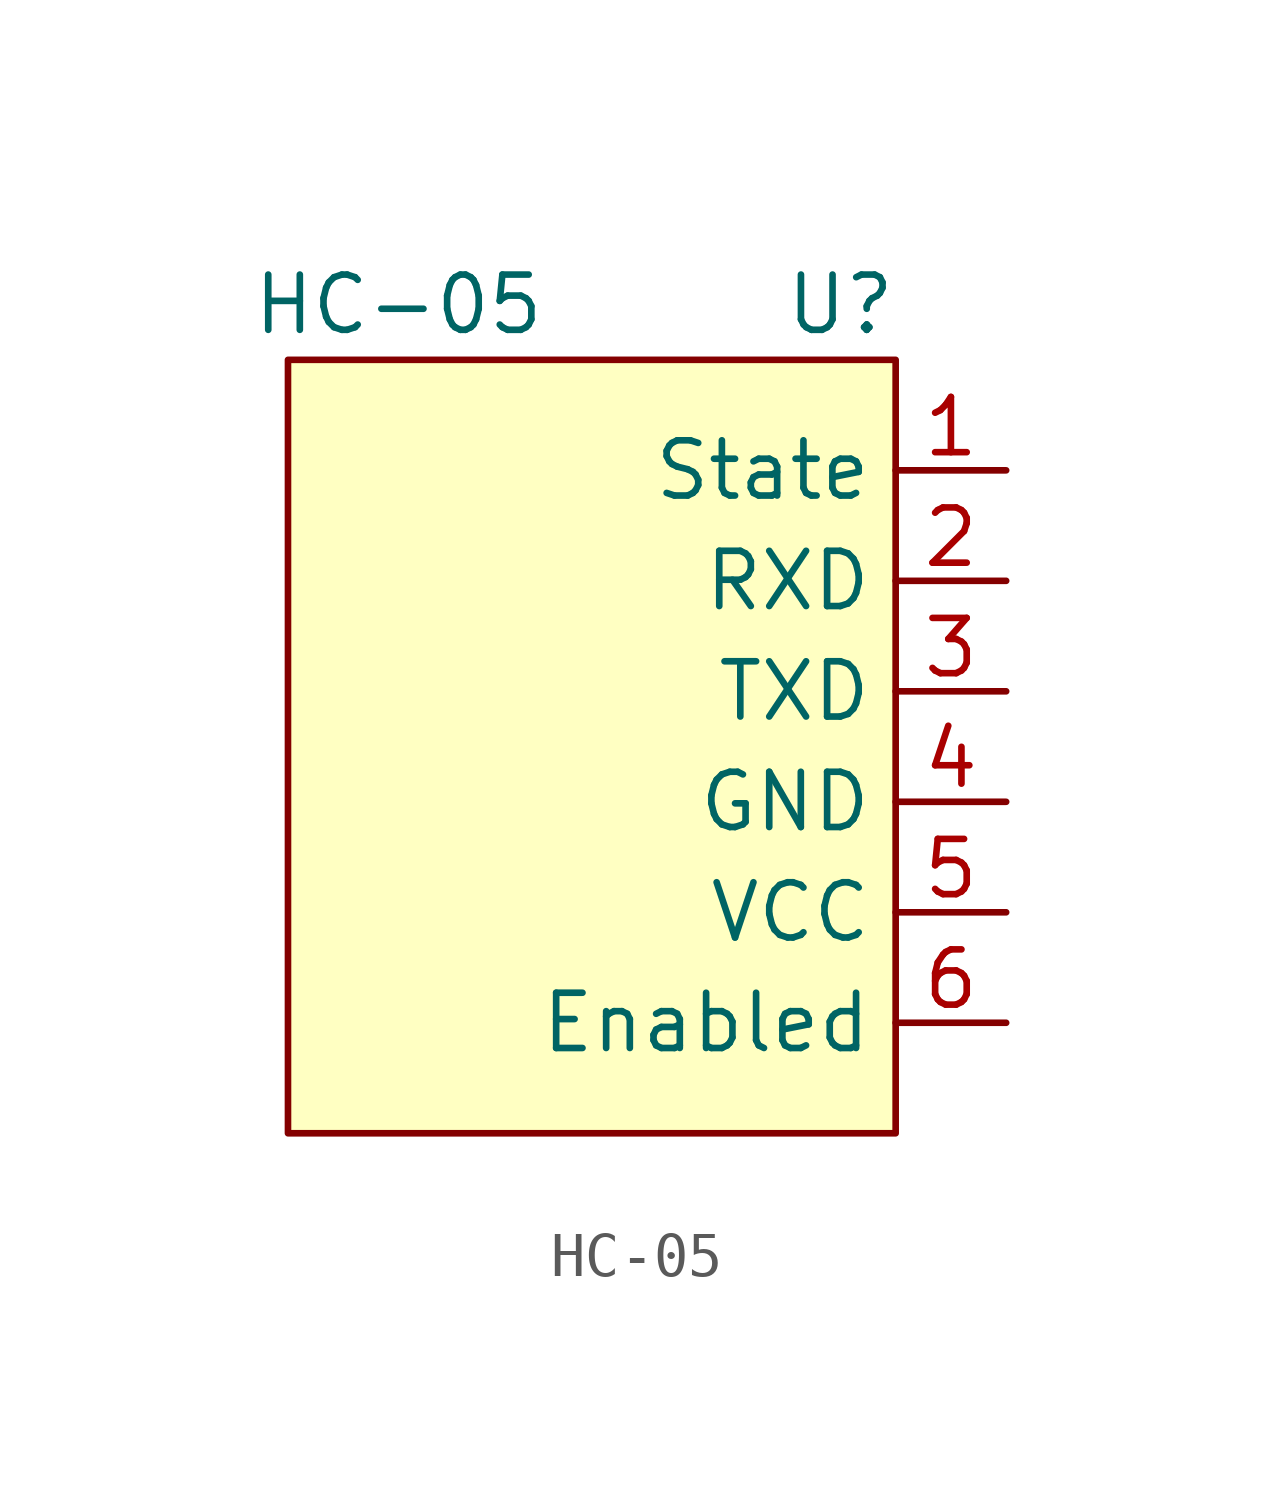
<source format=kicad_sym>
(kicad_symbol_lib
  (version 20220914)
  (generator kicad_symbol_editor)
  (symbol "HC-05"
    (property "Reference" "U"
      (at 6.35 8.89 0)
      (effects (font (size 1.27 1.27))))
    (property "Value" "HC-05"
      (at -3.81 8.89 0)
      (effects (font (size 1.27 1.27))))
    (symbol "HC-05_0_1"
      (rectangle (start -6.35 7.62) (end 7.62 -10.16) (stroke (width 0) (type default)) (fill (type background))))
    (symbol "HC-05_1_1"
      (pin bidirectional line (at 10.16 5.08 180) (length 2.54) (name "State" (effects (font (size 1.27 1.27)))) (number "1" (effects (font (size 1.27 1.27)))))
      (pin bidirectional line (at 10.16 2.54 180) (length 2.54) (name "RXD" (effects (font (size 1.27 1.27)))) (number "2" (effects (font (size 1.27 1.27)))))
      (pin bidirectional line (at 10.16 0 180) (length 2.54) (name "TXD" (effects (font (size 1.27 1.27)))) (number "3" (effects (font (size 1.27 1.27)))))
      (pin power_in line (at 10.16 -2.54 180) (length 2.54) (name "GND" (effects (font (size 1.27 1.27)))) (number "4" (effects (font (size 1.27 1.27)))))
      (pin power_in line (at 10.16 -5.08 180) (length 2.54) (name "VCC" (effects (font (size 1.27 1.27)))) (number "5" (effects (font (size 1.27 1.27)))))
      (pin bidirectional line (at 10.16 -7.62 180) (length 2.54) (name "Enabled" (effects (font (size 1.27 1.27)))) (number "6" (effects (font (size 1.27 1.27))))))))
</source>
